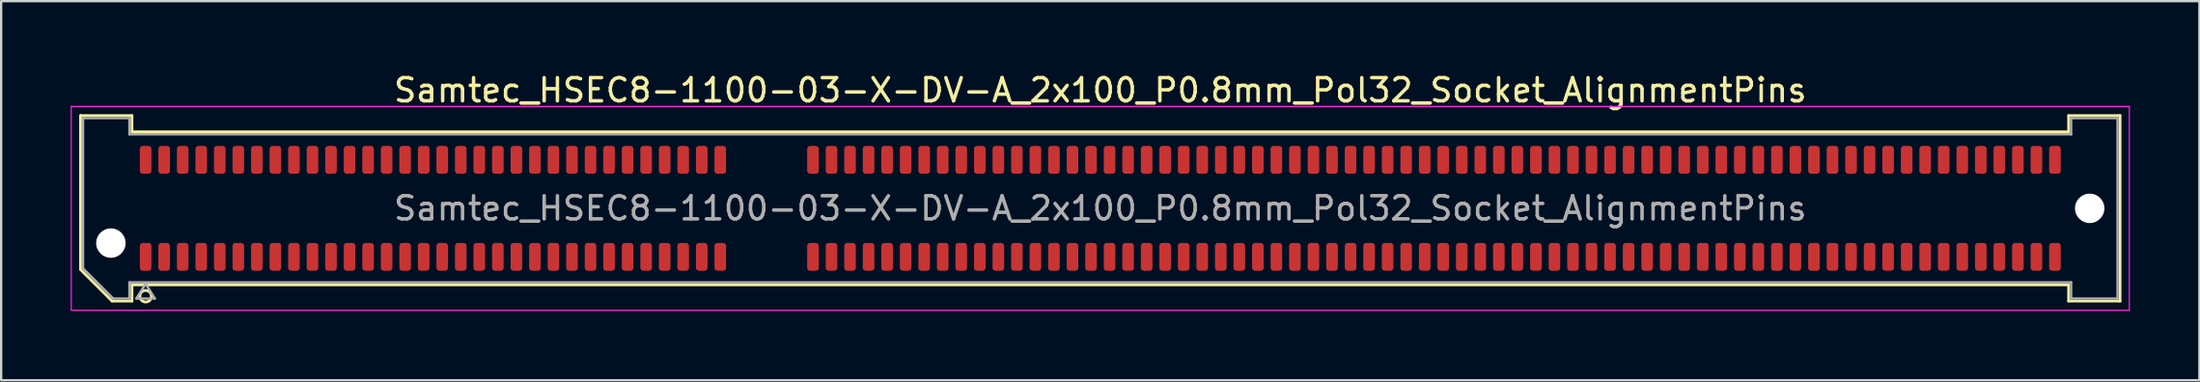
<source format=kicad_pcb>
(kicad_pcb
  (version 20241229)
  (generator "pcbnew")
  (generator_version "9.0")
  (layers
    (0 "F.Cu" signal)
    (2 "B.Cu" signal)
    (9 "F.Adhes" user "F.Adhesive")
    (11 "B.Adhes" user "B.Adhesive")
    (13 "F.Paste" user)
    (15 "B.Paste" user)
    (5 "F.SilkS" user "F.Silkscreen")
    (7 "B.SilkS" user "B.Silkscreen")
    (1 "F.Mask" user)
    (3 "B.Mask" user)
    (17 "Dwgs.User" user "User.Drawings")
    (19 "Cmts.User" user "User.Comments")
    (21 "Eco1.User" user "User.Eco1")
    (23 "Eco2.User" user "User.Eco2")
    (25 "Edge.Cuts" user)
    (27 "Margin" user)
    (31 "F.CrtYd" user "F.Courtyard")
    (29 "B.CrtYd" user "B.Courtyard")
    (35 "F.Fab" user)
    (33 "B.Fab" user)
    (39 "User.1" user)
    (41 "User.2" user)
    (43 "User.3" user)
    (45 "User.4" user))
  (footprint "Samtec_HSEC8-1100-03-X-DV-A_2x100_P0.8mm_Pol32_Socket_AlignmentPins"
    (layer "F.Cu")
    (at 44.435 5.948)
    (property "Reference" "Samtec_HSEC8-1100-03-X-DV-A_2x100_P0.8mm_Pol32_Socket_AlignmentPins" (at 0 -5.1 0) (layer "F.SilkS") (effects (font (size 1 1) (thickness 0.15))))
    (attr smd)
    (fp_line (start -44.01 -4.005) (end -41.79 -4.005) (stroke (width 0.12) (type solid)) (layer "F.SilkS"))
    (fp_line (start -44.01 2.641) (end -44.01 -4.005) (stroke (width 0.12) (type solid)) (layer "F.SilkS"))
    (fp_line (start -42.646 4.005) (end -44.01 2.641) (stroke (width 0.12) (type solid)) (layer "F.SilkS"))
    (fp_line (start -41.79 -4.005) (end -41.79 -3.305) (stroke (width 0.12) (type solid)) (layer "F.SilkS"))
    (fp_line (start -41.79 -3.305) (end 41.79 -3.305) (stroke (width 0.12) (type solid)) (layer "F.SilkS"))
    (fp_line (start -41.79 3.305) (end -41.79 4.005) (stroke (width 0.12) (type solid)) (layer "F.SilkS"))
    (fp_line (start -41.79 4.005) (end -42.646 4.005) (stroke (width 0.12) (type solid)) (layer "F.SilkS"))
    (fp_line (start 41.79 -4.005) (end 44.01 -4.005) (stroke (width 0.12) (type solid)) (layer "F.SilkS"))
    (fp_line (start 41.79 -3.305) (end 41.79 -4.005) (stroke (width 0.12) (type solid)) (layer "F.SilkS"))
    (fp_line (start 41.79 3.305) (end -41.79 3.305) (stroke (width 0.12) (type solid)) (layer "F.SilkS"))
    (fp_line (start 41.79 4.005) (end 41.79 3.305) (stroke (width 0.12) (type solid)) (layer "F.SilkS"))
    (fp_line (start 44.01 -4.005) (end 44.01 4.005) (stroke (width 0.12) (type solid)) (layer "F.SilkS"))
    (fp_line (start 44.01 4.005) (end 41.79 4.005) (stroke (width 0.12) (type solid)) (layer "F.SilkS"))
    (fp_circle (center -41.2 3.795) (end -40.95 3.795) (stroke (width 0.12) (type solid)) (fill no) (layer "F.SilkS"))
    (fp_line (start -44.41 -4.4) (end -44.41 4.4) (stroke (width 0.05) (type solid)) (layer "F.CrtYd"))
    (fp_line (start -44.41 4.4) (end 44.41 4.4) (stroke (width 0.05) (type solid)) (layer "F.CrtYd"))
    (fp_line (start 44.41 -4.4) (end -44.41 -4.4) (stroke (width 0.05) (type solid)) (layer "F.CrtYd"))
    (fp_line (start 44.41 4.4) (end 44.41 -4.4) (stroke (width 0.05) (type solid)) (layer "F.CrtYd"))
    (fp_line (start -43.9 -3.895) (end -41.9 -3.895) (stroke (width 0.1) (type solid)) (layer "F.Fab"))
    (fp_line (start -43.9 2.595) (end -43.9 -3.895) (stroke (width 0.1) (type solid)) (layer "F.Fab"))
    (fp_line (start -42.6 3.895) (end -43.9 2.595) (stroke (width 0.1) (type solid)) (layer "F.Fab"))
    (fp_line (start -41.9 -3.895) (end -41.9 -3.195) (stroke (width 0.1) (type solid)) (layer "F.Fab"))
    (fp_line (start -41.9 -3.195) (end 41.9 -3.195) (stroke (width 0.1) (type solid)) (layer "F.Fab"))
    (fp_line (start -41.9 3.195) (end -41.9 3.895) (stroke (width 0.1) (type solid)) (layer "F.Fab"))
    (fp_line (start -41.9 3.895) (end -42.6 3.895) (stroke (width 0.1) (type solid)) (layer "F.Fab"))
    (fp_line (start -41.6 3.895) (end -41.2 3.255) (stroke (width 0.1) (type solid)) (layer "F.Fab"))
    (fp_line (start -41.2 3.255) (end -40.8 3.895) (stroke (width 0.1) (type solid)) (layer "F.Fab"))
    (fp_line (start -40.8 3.895) (end -41.6 3.895) (stroke (width 0.1) (type solid)) (layer "F.Fab"))
    (fp_line (start 41.9 -3.895) (end 43.9 -3.895) (stroke (width 0.1) (type solid)) (layer "F.Fab"))
    (fp_line (start 41.9 -3.195) (end 41.9 -3.895) (stroke (width 0.1) (type solid)) (layer "F.Fab"))
    (fp_line (start 41.9 3.195) (end -41.9 3.195) (stroke (width 0.1) (type solid)) (layer "F.Fab"))
    (fp_line (start 41.9 3.895) (end 41.9 3.195) (stroke (width 0.1) (type solid)) (layer "F.Fab"))
    (fp_line (start 43.9 -3.895) (end 43.9 3.895) (stroke (width 0.1) (type solid)) (layer "F.Fab"))
    (fp_line (start 43.9 3.895) (end 41.9 3.895) (stroke (width 0.1) (type solid)) (layer "F.Fab"))
    (fp_text user "${REFERENCE}" (at 0 0 0) (layer "F.Fab") (effects (font (size 1 1) (thickness 0.15))))
    (pad "" np_thru_hole circle (at -42.7 1.5) (size 1.27 1.27) (drill 1.27) (layers "*.Cu" "*.Mask"))
    (pad "" np_thru_hole circle (at 42.7 0) (size 1.27 1.27) (drill 1.27) (layers "*.Cu" "*.Mask"))
    (pad "1" smd roundrect (at -41.2 2.095) (size 0.5 1.2) (layers "F.Cu" "F.Mask" "F.Paste") (roundrect_rratio 0.25))
    (pad "2" smd roundrect (at -41.2 -2.095) (size 0.5 1.2) (layers "F.Cu" "F.Mask" "F.Paste") (roundrect_rratio 0.25))
    (pad "3" smd roundrect (at -40.4 2.095) (size 0.5 1.2) (layers "F.Cu" "F.Mask" "F.Paste") (roundrect_rratio 0.25))
    (pad "4" smd roundrect (at -40.4 -2.095) (size 0.5 1.2) (layers "F.Cu" "F.Mask" "F.Paste") (roundrect_rratio 0.25))
    (pad "5" smd roundrect (at -39.6 2.095) (size 0.5 1.2) (layers "F.Cu" "F.Mask" "F.Paste") (roundrect_rratio 0.25))
    (pad "6" smd roundrect (at -39.6 -2.095) (size 0.5 1.2) (layers "F.Cu" "F.Mask" "F.Paste") (roundrect_rratio 0.25))
    (pad "7" smd roundrect (at -38.8 2.095) (size 0.5 1.2) (layers "F.Cu" "F.Mask" "F.Paste") (roundrect_rratio 0.25))
    (pad "8" smd roundrect (at -38.8 -2.095) (size 0.5 1.2) (layers "F.Cu" "F.Mask" "F.Paste") (roundrect_rratio 0.25))
    (pad "9" smd roundrect (at -38 2.095) (size 0.5 1.2) (layers "F.Cu" "F.Mask" "F.Paste") (roundrect_rratio 0.25))
    (pad "10" smd roundrect (at -38 -2.095) (size 0.5 1.2) (layers "F.Cu" "F.Mask" "F.Paste") (roundrect_rratio 0.25))
    (pad "11" smd roundrect (at -37.2 2.095) (size 0.5 1.2) (layers "F.Cu" "F.Mask" "F.Paste") (roundrect_rratio 0.25))
    (pad "12" smd roundrect (at -37.2 -2.095) (size 0.5 1.2) (layers "F.Cu" "F.Mask" "F.Paste") (roundrect_rratio 0.25))
    (pad "13" smd roundrect (at -36.4 2.095) (size 0.5 1.2) (layers "F.Cu" "F.Mask" "F.Paste") (roundrect_rratio 0.25))
    (pad "14" smd roundrect (at -36.4 -2.095) (size 0.5 1.2) (layers "F.Cu" "F.Mask" "F.Paste") (roundrect_rratio 0.25))
    (pad "15" smd roundrect (at -35.6 2.095) (size 0.5 1.2) (layers "F.Cu" "F.Mask" "F.Paste") (roundrect_rratio 0.25))
    (pad "16" smd roundrect (at -35.6 -2.095) (size 0.5 1.2) (layers "F.Cu" "F.Mask" "F.Paste") (roundrect_rratio 0.25))
    (pad "17" smd roundrect (at -34.8 2.095) (size 0.5 1.2) (layers "F.Cu" "F.Mask" "F.Paste") (roundrect_rratio 0.25))
    (pad "18" smd roundrect (at -34.8 -2.095) (size 0.5 1.2) (layers "F.Cu" "F.Mask" "F.Paste") (roundrect_rratio 0.25))
    (pad "19" smd roundrect (at -34 2.095) (size 0.5 1.2) (layers "F.Cu" "F.Mask" "F.Paste") (roundrect_rratio 0.25))
    (pad "20" smd roundrect (at -34 -2.095) (size 0.5 1.2) (layers "F.Cu" "F.Mask" "F.Paste") (roundrect_rratio 0.25))
    (pad "21" smd roundrect (at -33.2 2.095) (size 0.5 1.2) (layers "F.Cu" "F.Mask" "F.Paste") (roundrect_rratio 0.25))
    (pad "22" smd roundrect (at -33.2 -2.095) (size 0.5 1.2) (layers "F.Cu" "F.Mask" "F.Paste") (roundrect_rratio 0.25))
    (pad "23" smd roundrect (at -32.4 2.095) (size 0.5 1.2) (layers "F.Cu" "F.Mask" "F.Paste") (roundrect_rratio 0.25))
    (pad "24" smd roundrect (at -32.4 -2.095) (size 0.5 1.2) (layers "F.Cu" "F.Mask" "F.Paste") (roundrect_rratio 0.25))
    (pad "25" smd roundrect (at -31.6 2.095) (size 0.5 1.2) (layers "F.Cu" "F.Mask" "F.Paste") (roundrect_rratio 0.25))
    (pad "26" smd roundrect (at -31.6 -2.095) (size 0.5 1.2) (layers "F.Cu" "F.Mask" "F.Paste") (roundrect_rratio 0.25))
    (pad "27" smd roundrect (at -30.8 2.095) (size 0.5 1.2) (layers "F.Cu" "F.Mask" "F.Paste") (roundrect_rratio 0.25))
    (pad "28" smd roundrect (at -30.8 -2.095) (size 0.5 1.2) (layers "F.Cu" "F.Mask" "F.Paste") (roundrect_rratio 0.25))
    (pad "29" smd roundrect (at -30 2.095) (size 0.5 1.2) (layers "F.Cu" "F.Mask" "F.Paste") (roundrect_rratio 0.25))
    (pad "30" smd roundrect (at -30 -2.095) (size 0.5 1.2) (layers "F.Cu" "F.Mask" "F.Paste") (roundrect_rratio 0.25))
    (pad "31" smd roundrect (at -29.2 2.095) (size 0.5 1.2) (layers "F.Cu" "F.Mask" "F.Paste") (roundrect_rratio 0.25))
    (pad "32" smd roundrect (at -29.2 -2.095) (size 0.5 1.2) (layers "F.Cu" "F.Mask" "F.Paste") (roundrect_rratio 0.25))
    (pad "33" smd roundrect (at -28.4 2.095) (size 0.5 1.2) (layers "F.Cu" "F.Mask" "F.Paste") (roundrect_rratio 0.25))
    (pad "34" smd roundrect (at -28.4 -2.095) (size 0.5 1.2) (layers "F.Cu" "F.Mask" "F.Paste") (roundrect_rratio 0.25))
    (pad "35" smd roundrect (at -27.6 2.095) (size 0.5 1.2) (layers "F.Cu" "F.Mask" "F.Paste") (roundrect_rratio 0.25))
    (pad "36" smd roundrect (at -27.6 -2.095) (size 0.5 1.2) (layers "F.Cu" "F.Mask" "F.Paste") (roundrect_rratio 0.25))
    (pad "37" smd roundrect (at -26.8 2.095) (size 0.5 1.2) (layers "F.Cu" "F.Mask" "F.Paste") (roundrect_rratio 0.25))
    (pad "38" smd roundrect (at -26.8 -2.095) (size 0.5 1.2) (layers "F.Cu" "F.Mask" "F.Paste") (roundrect_rratio 0.25))
    (pad "39" smd roundrect (at -26 2.095) (size 0.5 1.2) (layers "F.Cu" "F.Mask" "F.Paste") (roundrect_rratio 0.25))
    (pad "40" smd roundrect (at -26 -2.095) (size 0.5 1.2) (layers "F.Cu" "F.Mask" "F.Paste") (roundrect_rratio 0.25))
    (pad "41" smd roundrect (at -25.2 2.095) (size 0.5 1.2) (layers "F.Cu" "F.Mask" "F.Paste") (roundrect_rratio 0.25))
    (pad "42" smd roundrect (at -25.2 -2.095) (size 0.5 1.2) (layers "F.Cu" "F.Mask" "F.Paste") (roundrect_rratio 0.25))
    (pad "43" smd roundrect (at -24.4 2.095) (size 0.5 1.2) (layers "F.Cu" "F.Mask" "F.Paste") (roundrect_rratio 0.25))
    (pad "44" smd roundrect (at -24.4 -2.095) (size 0.5 1.2) (layers "F.Cu" "F.Mask" "F.Paste") (roundrect_rratio 0.25))
    (pad "45" smd roundrect (at -23.6 2.095) (size 0.5 1.2) (layers "F.Cu" "F.Mask" "F.Paste") (roundrect_rratio 0.25))
    (pad "46" smd roundrect (at -23.6 -2.095) (size 0.5 1.2) (layers "F.Cu" "F.Mask" "F.Paste") (roundrect_rratio 0.25))
    (pad "47" smd roundrect (at -22.8 2.095) (size 0.5 1.2) (layers "F.Cu" "F.Mask" "F.Paste") (roundrect_rratio 0.25))
    (pad "48" smd roundrect (at -22.8 -2.095) (size 0.5 1.2) (layers "F.Cu" "F.Mask" "F.Paste") (roundrect_rratio 0.25))
    (pad "49" smd roundrect (at -22 2.095) (size 0.5 1.2) (layers "F.Cu" "F.Mask" "F.Paste") (roundrect_rratio 0.25))
    (pad "50" smd roundrect (at -22 -2.095) (size 0.5 1.2) (layers "F.Cu" "F.Mask" "F.Paste") (roundrect_rratio 0.25))
    (pad "51" smd roundrect (at -21.2 2.095) (size 0.5 1.2) (layers "F.Cu" "F.Mask" "F.Paste") (roundrect_rratio 0.25))
    (pad "52" smd roundrect (at -21.2 -2.095) (size 0.5 1.2) (layers "F.Cu" "F.Mask" "F.Paste") (roundrect_rratio 0.25))
    (pad "53" smd roundrect (at -20.4 2.095) (size 0.5 1.2) (layers "F.Cu" "F.Mask" "F.Paste") (roundrect_rratio 0.25))
    (pad "54" smd roundrect (at -20.4 -2.095) (size 0.5 1.2) (layers "F.Cu" "F.Mask" "F.Paste") (roundrect_rratio 0.25))
    (pad "55" smd roundrect (at -19.6 2.095) (size 0.5 1.2) (layers "F.Cu" "F.Mask" "F.Paste") (roundrect_rratio 0.25))
    (pad "56" smd roundrect (at -19.6 -2.095) (size 0.5 1.2) (layers "F.Cu" "F.Mask" "F.Paste") (roundrect_rratio 0.25))
    (pad "57" smd roundrect (at -18.8 2.095) (size 0.5 1.2) (layers "F.Cu" "F.Mask" "F.Paste") (roundrect_rratio 0.25))
    (pad "58" smd roundrect (at -18.8 -2.095) (size 0.5 1.2) (layers "F.Cu" "F.Mask" "F.Paste") (roundrect_rratio 0.25))
    (pad "59" smd roundrect (at -18 2.095) (size 0.5 1.2) (layers "F.Cu" "F.Mask" "F.Paste") (roundrect_rratio 0.25))
    (pad "60" smd roundrect (at -18 -2.095) (size 0.5 1.2) (layers "F.Cu" "F.Mask" "F.Paste") (roundrect_rratio 0.25))
    (pad "61" smd roundrect (at -17.2 2.095) (size 0.5 1.2) (layers "F.Cu" "F.Mask" "F.Paste") (roundrect_rratio 0.25))
    (pad "62" smd roundrect (at -17.2 -2.095) (size 0.5 1.2) (layers "F.Cu" "F.Mask" "F.Paste") (roundrect_rratio 0.25))
    (pad "63" smd roundrect (at -16.4 2.095) (size 0.5 1.2) (layers "F.Cu" "F.Mask" "F.Paste") (roundrect_rratio 0.25))
    (pad "64" smd roundrect (at -16.4 -2.095) (size 0.5 1.2) (layers "F.Cu" "F.Mask" "F.Paste") (roundrect_rratio 0.25))
    (pad "65" smd roundrect (at -12.4 2.095) (size 0.5 1.2) (layers "F.Cu" "F.Mask" "F.Paste") (roundrect_rratio 0.25))
    (pad "66" smd roundrect (at -12.4 -2.095) (size 0.5 1.2) (layers "F.Cu" "F.Mask" "F.Paste") (roundrect_rratio 0.25))
    (pad "67" smd roundrect (at -11.6 2.095) (size 0.5 1.2) (layers "F.Cu" "F.Mask" "F.Paste") (roundrect_rratio 0.25))
    (pad "68" smd roundrect (at -11.6 -2.095) (size 0.5 1.2) (layers "F.Cu" "F.Mask" "F.Paste") (roundrect_rratio 0.25))
    (pad "69" smd roundrect (at -10.8 2.095) (size 0.5 1.2) (layers "F.Cu" "F.Mask" "F.Paste") (roundrect_rratio 0.25))
    (pad "70" smd roundrect (at -10.8 -2.095) (size 0.5 1.2) (layers "F.Cu" "F.Mask" "F.Paste") (roundrect_rratio 0.25))
    (pad "71" smd roundrect (at -10 2.095) (size 0.5 1.2) (layers "F.Cu" "F.Mask" "F.Paste") (roundrect_rratio 0.25))
    (pad "72" smd roundrect (at -10 -2.095) (size 0.5 1.2) (layers "F.Cu" "F.Mask" "F.Paste") (roundrect_rratio 0.25))
    (pad "73" smd roundrect (at -9.2 2.095) (size 0.5 1.2) (layers "F.Cu" "F.Mask" "F.Paste") (roundrect_rratio 0.25))
    (pad "74" smd roundrect (at -9.2 -2.095) (size 0.5 1.2) (layers "F.Cu" "F.Mask" "F.Paste") (roundrect_rratio 0.25))
    (pad "75" smd roundrect (at -8.4 2.095) (size 0.5 1.2) (layers "F.Cu" "F.Mask" "F.Paste") (roundrect_rratio 0.25))
    (pad "76" smd roundrect (at -8.4 -2.095) (size 0.5 1.2) (layers "F.Cu" "F.Mask" "F.Paste") (roundrect_rratio 0.25))
    (pad "77" smd roundrect (at -7.6 2.095) (size 0.5 1.2) (layers "F.Cu" "F.Mask" "F.Paste") (roundrect_rratio 0.25))
    (pad "78" smd roundrect (at -7.6 -2.095) (size 0.5 1.2) (layers "F.Cu" "F.Mask" "F.Paste") (roundrect_rratio 0.25))
    (pad "79" smd roundrect (at -6.8 2.095) (size 0.5 1.2) (layers "F.Cu" "F.Mask" "F.Paste") (roundrect_rratio 0.25))
    (pad "80" smd roundrect (at -6.8 -2.095) (size 0.5 1.2) (layers "F.Cu" "F.Mask" "F.Paste") (roundrect_rratio 0.25))
    (pad "81" smd roundrect (at -6 2.095) (size 0.5 1.2) (layers "F.Cu" "F.Mask" "F.Paste") (roundrect_rratio 0.25))
    (pad "82" smd roundrect (at -6 -2.095) (size 0.5 1.2) (layers "F.Cu" "F.Mask" "F.Paste") (roundrect_rratio 0.25))
    (pad "83" smd roundrect (at -5.2 2.095) (size 0.5 1.2) (layers "F.Cu" "F.Mask" "F.Paste") (roundrect_rratio 0.25))
    (pad "84" smd roundrect (at -5.2 -2.095) (size 0.5 1.2) (layers "F.Cu" "F.Mask" "F.Paste") (roundrect_rratio 0.25))
    (pad "85" smd roundrect (at -4.4 2.095) (size 0.5 1.2) (layers "F.Cu" "F.Mask" "F.Paste") (roundrect_rratio 0.25))
    (pad "86" smd roundrect (at -4.4 -2.095) (size 0.5 1.2) (layers "F.Cu" "F.Mask" "F.Paste") (roundrect_rratio 0.25))
    (pad "87" smd roundrect (at -3.6 2.095) (size 0.5 1.2) (layers "F.Cu" "F.Mask" "F.Paste") (roundrect_rratio 0.25))
    (pad "88" smd roundrect (at -3.6 -2.095) (size 0.5 1.2) (layers "F.Cu" "F.Mask" "F.Paste") (roundrect_rratio 0.25))
    (pad "89" smd roundrect (at -2.8 2.095) (size 0.5 1.2) (layers "F.Cu" "F.Mask" "F.Paste") (roundrect_rratio 0.25))
    (pad "90" smd roundrect (at -2.8 -2.095) (size 0.5 1.2) (layers "F.Cu" "F.Mask" "F.Paste") (roundrect_rratio 0.25))
    (pad "91" smd roundrect (at -2 2.095) (size 0.5 1.2) (layers "F.Cu" "F.Mask" "F.Paste") (roundrect_rratio 0.25))
    (pad "92" smd roundrect (at -2 -2.095) (size 0.5 1.2) (layers "F.Cu" "F.Mask" "F.Paste") (roundrect_rratio 0.25))
    (pad "93" smd roundrect (at -1.2 2.095) (size 0.5 1.2) (layers "F.Cu" "F.Mask" "F.Paste") (roundrect_rratio 0.25))
    (pad "94" smd roundrect (at -1.2 -2.095) (size 0.5 1.2) (layers "F.Cu" "F.Mask" "F.Paste") (roundrect_rratio 0.25))
    (pad "95" smd roundrect (at -0.4 2.095) (size 0.5 1.2) (layers "F.Cu" "F.Mask" "F.Paste") (roundrect_rratio 0.25))
    (pad "96" smd roundrect (at -0.4 -2.095) (size 0.5 1.2) (layers "F.Cu" "F.Mask" "F.Paste") (roundrect_rratio 0.25))
    (pad "97" smd roundrect (at 0.4 2.095) (size 0.5 1.2) (layers "F.Cu" "F.Mask" "F.Paste") (roundrect_rratio 0.25))
    (pad "98" smd roundrect (at 0.4 -2.095) (size 0.5 1.2) (layers "F.Cu" "F.Mask" "F.Paste") (roundrect_rratio 0.25))
    (pad "99" smd roundrect (at 1.2 2.095) (size 0.5 1.2) (layers "F.Cu" "F.Mask" "F.Paste") (roundrect_rratio 0.25))
    (pad "100" smd roundrect (at 1.2 -2.095) (size 0.5 1.2) (layers "F.Cu" "F.Mask" "F.Paste") (roundrect_rratio 0.25))
    (pad "101" smd roundrect (at 2 2.095) (size 0.5 1.2) (layers "F.Cu" "F.Mask" "F.Paste") (roundrect_rratio 0.25))
    (pad "102" smd roundrect (at 2 -2.095) (size 0.5 1.2) (layers "F.Cu" "F.Mask" "F.Paste") (roundrect_rratio 0.25))
    (pad "103" smd roundrect (at 2.8 2.095) (size 0.5 1.2) (layers "F.Cu" "F.Mask" "F.Paste") (roundrect_rratio 0.25))
    (pad "104" smd roundrect (at 2.8 -2.095) (size 0.5 1.2) (layers "F.Cu" "F.Mask" "F.Paste") (roundrect_rratio 0.25))
    (pad "105" smd roundrect (at 3.6 2.095) (size 0.5 1.2) (layers "F.Cu" "F.Mask" "F.Paste") (roundrect_rratio 0.25))
    (pad "106" smd roundrect (at 3.6 -2.095) (size 0.5 1.2) (layers "F.Cu" "F.Mask" "F.Paste") (roundrect_rratio 0.25))
    (pad "107" smd roundrect (at 4.4 2.095) (size 0.5 1.2) (layers "F.Cu" "F.Mask" "F.Paste") (roundrect_rratio 0.25))
    (pad "108" smd roundrect (at 4.4 -2.095) (size 0.5 1.2) (layers "F.Cu" "F.Mask" "F.Paste") (roundrect_rratio 0.25))
    (pad "109" smd roundrect (at 5.2 2.095) (size 0.5 1.2) (layers "F.Cu" "F.Mask" "F.Paste") (roundrect_rratio 0.25))
    (pad "110" smd roundrect (at 5.2 -2.095) (size 0.5 1.2) (layers "F.Cu" "F.Mask" "F.Paste") (roundrect_rratio 0.25))
    (pad "111" smd roundrect (at 6 2.095) (size 0.5 1.2) (layers "F.Cu" "F.Mask" "F.Paste") (roundrect_rratio 0.25))
    (pad "112" smd roundrect (at 6 -2.095) (size 0.5 1.2) (layers "F.Cu" "F.Mask" "F.Paste") (roundrect_rratio 0.25))
    (pad "113" smd roundrect (at 6.8 2.095) (size 0.5 1.2) (layers "F.Cu" "F.Mask" "F.Paste") (roundrect_rratio 0.25))
    (pad "114" smd roundrect (at 6.8 -2.095) (size 0.5 1.2) (layers "F.Cu" "F.Mask" "F.Paste") (roundrect_rratio 0.25))
    (pad "115" smd roundrect (at 7.6 2.095) (size 0.5 1.2) (layers "F.Cu" "F.Mask" "F.Paste") (roundrect_rratio 0.25))
    (pad "116" smd roundrect (at 7.6 -2.095) (size 0.5 1.2) (layers "F.Cu" "F.Mask" "F.Paste") (roundrect_rratio 0.25))
    (pad "117" smd roundrect (at 8.4 2.095) (size 0.5 1.2) (layers "F.Cu" "F.Mask" "F.Paste") (roundrect_rratio 0.25))
    (pad "118" smd roundrect (at 8.4 -2.095) (size 0.5 1.2) (layers "F.Cu" "F.Mask" "F.Paste") (roundrect_rratio 0.25))
    (pad "119" smd roundrect (at 9.2 2.095) (size 0.5 1.2) (layers "F.Cu" "F.Mask" "F.Paste") (roundrect_rratio 0.25))
    (pad "120" smd roundrect (at 9.2 -2.095) (size 0.5 1.2) (layers "F.Cu" "F.Mask" "F.Paste") (roundrect_rratio 0.25))
    (pad "121" smd roundrect (at 10 2.095) (size 0.5 1.2) (layers "F.Cu" "F.Mask" "F.Paste") (roundrect_rratio 0.25))
    (pad "122" smd roundrect (at 10 -2.095) (size 0.5 1.2) (layers "F.Cu" "F.Mask" "F.Paste") (roundrect_rratio 0.25))
    (pad "123" smd roundrect (at 10.8 2.095) (size 0.5 1.2) (layers "F.Cu" "F.Mask" "F.Paste") (roundrect_rratio 0.25))
    (pad "124" smd roundrect (at 10.8 -2.095) (size 0.5 1.2) (layers "F.Cu" "F.Mask" "F.Paste") (roundrect_rratio 0.25))
    (pad "125" smd roundrect (at 11.6 2.095) (size 0.5 1.2) (layers "F.Cu" "F.Mask" "F.Paste") (roundrect_rratio 0.25))
    (pad "126" smd roundrect (at 11.6 -2.095) (size 0.5 1.2) (layers "F.Cu" "F.Mask" "F.Paste") (roundrect_rratio 0.25))
    (pad "127" smd roundrect (at 12.4 2.095) (size 0.5 1.2) (layers "F.Cu" "F.Mask" "F.Paste") (roundrect_rratio 0.25))
    (pad "128" smd roundrect (at 12.4 -2.095) (size 0.5 1.2) (layers "F.Cu" "F.Mask" "F.Paste") (roundrect_rratio 0.25))
    (pad "129" smd roundrect (at 13.2 2.095) (size 0.5 1.2) (layers "F.Cu" "F.Mask" "F.Paste") (roundrect_rratio 0.25))
    (pad "130" smd roundrect (at 13.2 -2.095) (size 0.5 1.2) (layers "F.Cu" "F.Mask" "F.Paste") (roundrect_rratio 0.25))
    (pad "131" smd roundrect (at 14 2.095) (size 0.5 1.2) (layers "F.Cu" "F.Mask" "F.Paste") (roundrect_rratio 0.25))
    (pad "132" smd roundrect (at 14 -2.095) (size 0.5 1.2) (layers "F.Cu" "F.Mask" "F.Paste") (roundrect_rratio 0.25))
    (pad "133" smd roundrect (at 14.8 2.095) (size 0.5 1.2) (layers "F.Cu" "F.Mask" "F.Paste") (roundrect_rratio 0.25))
    (pad "134" smd roundrect (at 14.8 -2.095) (size 0.5 1.2) (layers "F.Cu" "F.Mask" "F.Paste") (roundrect_rratio 0.25))
    (pad "135" smd roundrect (at 15.6 2.095) (size 0.5 1.2) (layers "F.Cu" "F.Mask" "F.Paste") (roundrect_rratio 0.25))
    (pad "136" smd roundrect (at 15.6 -2.095) (size 0.5 1.2) (layers "F.Cu" "F.Mask" "F.Paste") (roundrect_rratio 0.25))
    (pad "137" smd roundrect (at 16.4 2.095) (size 0.5 1.2) (layers "F.Cu" "F.Mask" "F.Paste") (roundrect_rratio 0.25))
    (pad "138" smd roundrect (at 16.4 -2.095) (size 0.5 1.2) (layers "F.Cu" "F.Mask" "F.Paste") (roundrect_rratio 0.25))
    (pad "139" smd roundrect (at 17.2 2.095) (size 0.5 1.2) (layers "F.Cu" "F.Mask" "F.Paste") (roundrect_rratio 0.25))
    (pad "140" smd roundrect (at 17.2 -2.095) (size 0.5 1.2) (layers "F.Cu" "F.Mask" "F.Paste") (roundrect_rratio 0.25))
    (pad "141" smd roundrect (at 18 2.095) (size 0.5 1.2) (layers "F.Cu" "F.Mask" "F.Paste") (roundrect_rratio 0.25))
    (pad "142" smd roundrect (at 18 -2.095) (size 0.5 1.2) (layers "F.Cu" "F.Mask" "F.Paste") (roundrect_rratio 0.25))
    (pad "143" smd roundrect (at 18.8 2.095) (size 0.5 1.2) (layers "F.Cu" "F.Mask" "F.Paste") (roundrect_rratio 0.25))
    (pad "144" smd roundrect (at 18.8 -2.095) (size 0.5 1.2) (layers "F.Cu" "F.Mask" "F.Paste") (roundrect_rratio 0.25))
    (pad "145" smd roundrect (at 19.6 2.095) (size 0.5 1.2) (layers "F.Cu" "F.Mask" "F.Paste") (roundrect_rratio 0.25))
    (pad "146" smd roundrect (at 19.6 -2.095) (size 0.5 1.2) (layers "F.Cu" "F.Mask" "F.Paste") (roundrect_rratio 0.25))
    (pad "147" smd roundrect (at 20.4 2.095) (size 0.5 1.2) (layers "F.Cu" "F.Mask" "F.Paste") (roundrect_rratio 0.25))
    (pad "148" smd roundrect (at 20.4 -2.095) (size 0.5 1.2) (layers "F.Cu" "F.Mask" "F.Paste") (roundrect_rratio 0.25))
    (pad "149" smd roundrect (at 21.2 2.095) (size 0.5 1.2) (layers "F.Cu" "F.Mask" "F.Paste") (roundrect_rratio 0.25))
    (pad "150" smd roundrect (at 21.2 -2.095) (size 0.5 1.2) (layers "F.Cu" "F.Mask" "F.Paste") (roundrect_rratio 0.25))
    (pad "151" smd roundrect (at 22 2.095) (size 0.5 1.2) (layers "F.Cu" "F.Mask" "F.Paste") (roundrect_rratio 0.25))
    (pad "152" smd roundrect (at 22 -2.095) (size 0.5 1.2) (layers "F.Cu" "F.Mask" "F.Paste") (roundrect_rratio 0.25))
    (pad "153" smd roundrect (at 22.8 2.095) (size 0.5 1.2) (layers "F.Cu" "F.Mask" "F.Paste") (roundrect_rratio 0.25))
    (pad "154" smd roundrect (at 22.8 -2.095) (size 0.5 1.2) (layers "F.Cu" "F.Mask" "F.Paste") (roundrect_rratio 0.25))
    (pad "155" smd roundrect (at 23.6 2.095) (size 0.5 1.2) (layers "F.Cu" "F.Mask" "F.Paste") (roundrect_rratio 0.25))
    (pad "156" smd roundrect (at 23.6 -2.095) (size 0.5 1.2) (layers "F.Cu" "F.Mask" "F.Paste") (roundrect_rratio 0.25))
    (pad "157" smd roundrect (at 24.4 2.095) (size 0.5 1.2) (layers "F.Cu" "F.Mask" "F.Paste") (roundrect_rratio 0.25))
    (pad "158" smd roundrect (at 24.4 -2.095) (size 0.5 1.2) (layers "F.Cu" "F.Mask" "F.Paste") (roundrect_rratio 0.25))
    (pad "159" smd roundrect (at 25.2 2.095) (size 0.5 1.2) (layers "F.Cu" "F.Mask" "F.Paste") (roundrect_rratio 0.25))
    (pad "160" smd roundrect (at 25.2 -2.095) (size 0.5 1.2) (layers "F.Cu" "F.Mask" "F.Paste") (roundrect_rratio 0.25))
    (pad "161" smd roundrect (at 26 2.095) (size 0.5 1.2) (layers "F.Cu" "F.Mask" "F.Paste") (roundrect_rratio 0.25))
    (pad "162" smd roundrect (at 26 -2.095) (size 0.5 1.2) (layers "F.Cu" "F.Mask" "F.Paste") (roundrect_rratio 0.25))
    (pad "163" smd roundrect (at 26.8 2.095) (size 0.5 1.2) (layers "F.Cu" "F.Mask" "F.Paste") (roundrect_rratio 0.25))
    (pad "164" smd roundrect (at 26.8 -2.095) (size 0.5 1.2) (layers "F.Cu" "F.Mask" "F.Paste") (roundrect_rratio 0.25))
    (pad "165" smd roundrect (at 27.6 2.095) (size 0.5 1.2) (layers "F.Cu" "F.Mask" "F.Paste") (roundrect_rratio 0.25))
    (pad "166" smd roundrect (at 27.6 -2.095) (size 0.5 1.2) (layers "F.Cu" "F.Mask" "F.Paste") (roundrect_rratio 0.25))
    (pad "167" smd roundrect (at 28.4 2.095) (size 0.5 1.2) (layers "F.Cu" "F.Mask" "F.Paste") (roundrect_rratio 0.25))
    (pad "168" smd roundrect (at 28.4 -2.095) (size 0.5 1.2) (layers "F.Cu" "F.Mask" "F.Paste") (roundrect_rratio 0.25))
    (pad "169" smd roundrect (at 29.2 2.095) (size 0.5 1.2) (layers "F.Cu" "F.Mask" "F.Paste") (roundrect_rratio 0.25))
    (pad "170" smd roundrect (at 29.2 -2.095) (size 0.5 1.2) (layers "F.Cu" "F.Mask" "F.Paste") (roundrect_rratio 0.25))
    (pad "171" smd roundrect (at 30 2.095) (size 0.5 1.2) (layers "F.Cu" "F.Mask" "F.Paste") (roundrect_rratio 0.25))
    (pad "172" smd roundrect (at 30 -2.095) (size 0.5 1.2) (layers "F.Cu" "F.Mask" "F.Paste") (roundrect_rratio 0.25))
    (pad "173" smd roundrect (at 30.8 2.095) (size 0.5 1.2) (layers "F.Cu" "F.Mask" "F.Paste") (roundrect_rratio 0.25))
    (pad "174" smd roundrect (at 30.8 -2.095) (size 0.5 1.2) (layers "F.Cu" "F.Mask" "F.Paste") (roundrect_rratio 0.25))
    (pad "175" smd roundrect (at 31.6 2.095) (size 0.5 1.2) (layers "F.Cu" "F.Mask" "F.Paste") (roundrect_rratio 0.25))
    (pad "176" smd roundrect (at 31.6 -2.095) (size 0.5 1.2) (layers "F.Cu" "F.Mask" "F.Paste") (roundrect_rratio 0.25))
    (pad "177" smd roundrect (at 32.4 2.095) (size 0.5 1.2) (layers "F.Cu" "F.Mask" "F.Paste") (roundrect_rratio 0.25))
    (pad "178" smd roundrect (at 32.4 -2.095) (size 0.5 1.2) (layers "F.Cu" "F.Mask" "F.Paste") (roundrect_rratio 0.25))
    (pad "179" smd roundrect (at 33.2 2.095) (size 0.5 1.2) (layers "F.Cu" "F.Mask" "F.Paste") (roundrect_rratio 0.25))
    (pad "180" smd roundrect (at 33.2 -2.095) (size 0.5 1.2) (layers "F.Cu" "F.Mask" "F.Paste") (roundrect_rratio 0.25))
    (pad "181" smd roundrect (at 34 2.095) (size 0.5 1.2) (layers "F.Cu" "F.Mask" "F.Paste") (roundrect_rratio 0.25))
    (pad "182" smd roundrect (at 34 -2.095) (size 0.5 1.2) (layers "F.Cu" "F.Mask" "F.Paste") (roundrect_rratio 0.25))
    (pad "183" smd roundrect (at 34.8 2.095) (size 0.5 1.2) (layers "F.Cu" "F.Mask" "F.Paste") (roundrect_rratio 0.25))
    (pad "184" smd roundrect (at 34.8 -2.095) (size 0.5 1.2) (layers "F.Cu" "F.Mask" "F.Paste") (roundrect_rratio 0.25))
    (pad "185" smd roundrect (at 35.6 2.095) (size 0.5 1.2) (layers "F.Cu" "F.Mask" "F.Paste") (roundrect_rratio 0.25))
    (pad "186" smd roundrect (at 35.6 -2.095) (size 0.5 1.2) (layers "F.Cu" "F.Mask" "F.Paste") (roundrect_rratio 0.25))
    (pad "187" smd roundrect (at 36.4 2.095) (size 0.5 1.2) (layers "F.Cu" "F.Mask" "F.Paste") (roundrect_rratio 0.25))
    (pad "188" smd roundrect (at 36.4 -2.095) (size 0.5 1.2) (layers "F.Cu" "F.Mask" "F.Paste") (roundrect_rratio 0.25))
    (pad "189" smd roundrect (at 37.2 2.095) (size 0.5 1.2) (layers "F.Cu" "F.Mask" "F.Paste") (roundrect_rratio 0.25))
    (pad "190" smd roundrect (at 37.2 -2.095) (size 0.5 1.2) (layers "F.Cu" "F.Mask" "F.Paste") (roundrect_rratio 0.25))
    (pad "191" smd roundrect (at 38 2.095) (size 0.5 1.2) (layers "F.Cu" "F.Mask" "F.Paste") (roundrect_rratio 0.25))
    (pad "192" smd roundrect (at 38 -2.095) (size 0.5 1.2) (layers "F.Cu" "F.Mask" "F.Paste") (roundrect_rratio 0.25))
    (pad "193" smd roundrect (at 38.8 2.095) (size 0.5 1.2) (layers "F.Cu" "F.Mask" "F.Paste") (roundrect_rratio 0.25))
    (pad "194" smd roundrect (at 38.8 -2.095) (size 0.5 1.2) (layers "F.Cu" "F.Mask" "F.Paste") (roundrect_rratio 0.25))
    (pad "195" smd roundrect (at 39.6 2.095) (size 0.5 1.2) (layers "F.Cu" "F.Mask" "F.Paste") (roundrect_rratio 0.25))
    (pad "196" smd roundrect (at 39.6 -2.095) (size 0.5 1.2) (layers "F.Cu" "F.Mask" "F.Paste") (roundrect_rratio 0.25))
    (pad "197" smd roundrect (at 40.4 2.095) (size 0.5 1.2) (layers "F.Cu" "F.Mask" "F.Paste") (roundrect_rratio 0.25))
    (pad "198" smd roundrect (at 40.4 -2.095) (size 0.5 1.2) (layers "F.Cu" "F.Mask" "F.Paste") (roundrect_rratio 0.25))
    (pad "199" smd roundrect (at 41.2 2.095) (size 0.5 1.2) (layers "F.Cu" "F.Mask" "F.Paste") (roundrect_rratio 0.25))
    (pad "200" smd roundrect (at 41.2 -2.095) (size 0.5 1.2) (layers "F.Cu" "F.Mask" "F.Paste") (roundrect_rratio 0.25)))
  (gr_rect
    (start -3 -3)
    (end 91.87 13.373)
    (stroke (width 0.1) (type default))
    (fill no)
    (layer "Edge.Cuts")))
</source>
